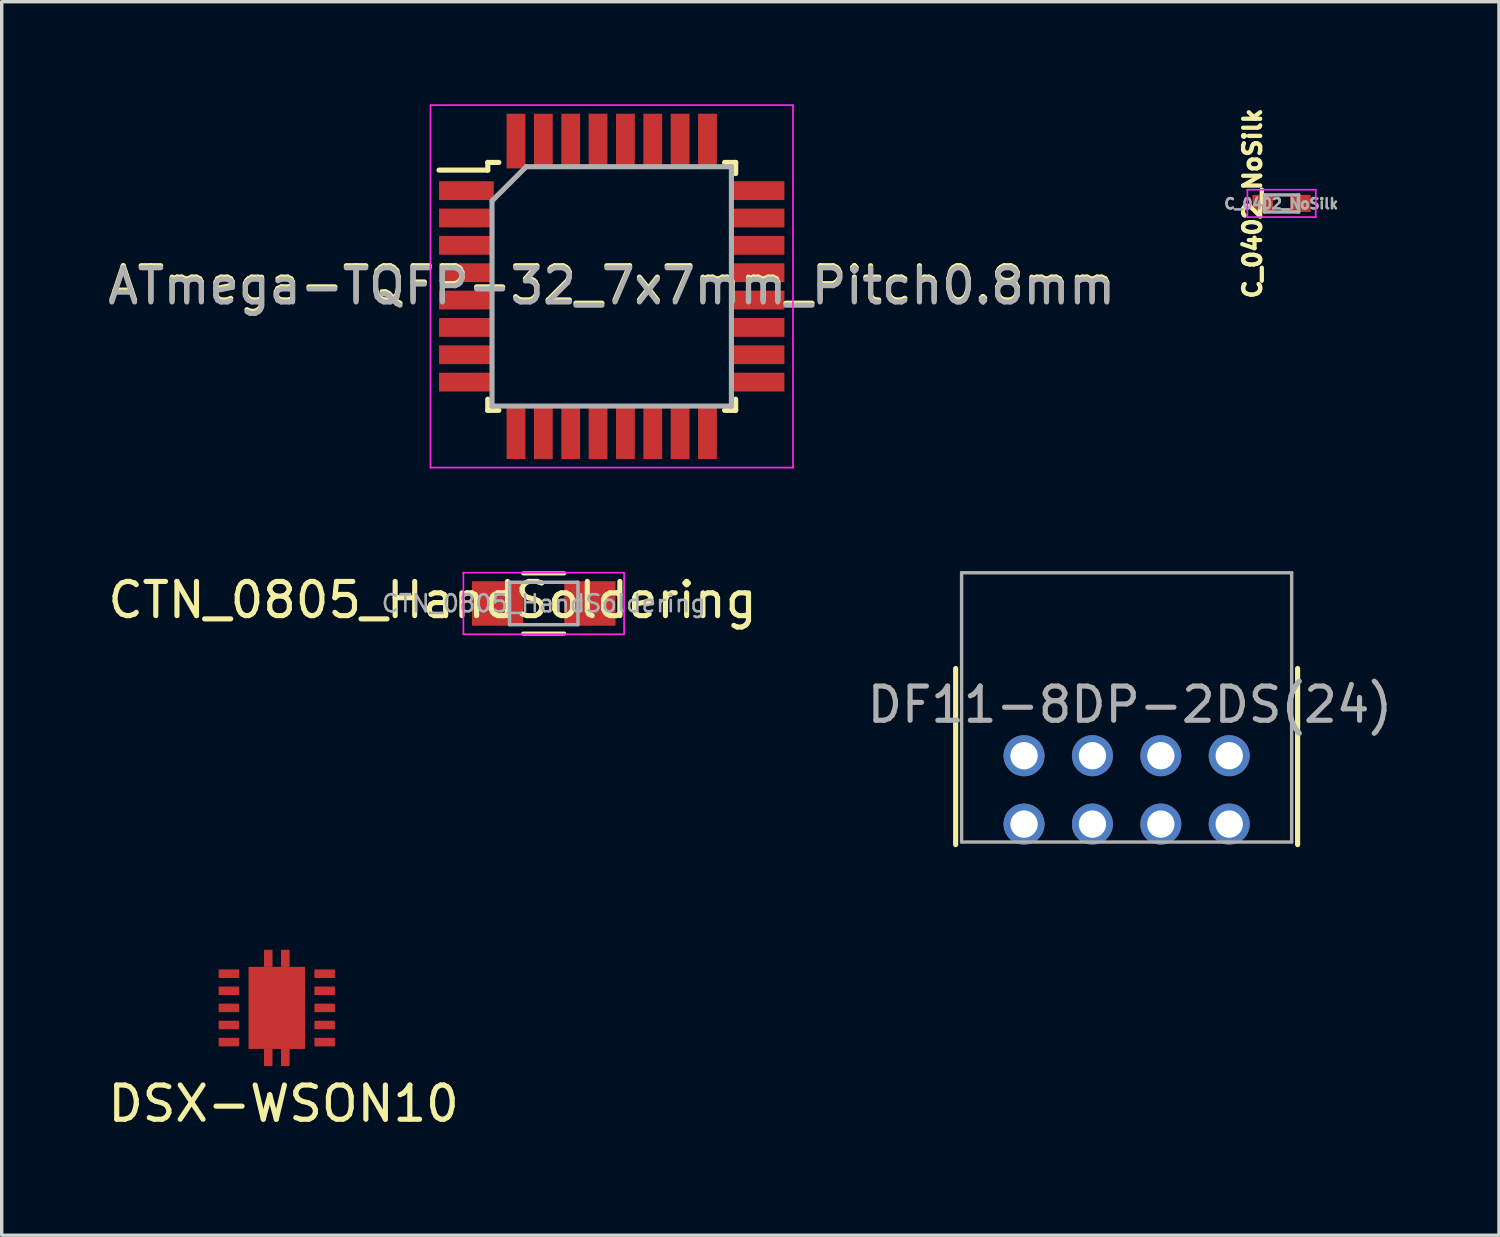
<source format=kicad_pcb>
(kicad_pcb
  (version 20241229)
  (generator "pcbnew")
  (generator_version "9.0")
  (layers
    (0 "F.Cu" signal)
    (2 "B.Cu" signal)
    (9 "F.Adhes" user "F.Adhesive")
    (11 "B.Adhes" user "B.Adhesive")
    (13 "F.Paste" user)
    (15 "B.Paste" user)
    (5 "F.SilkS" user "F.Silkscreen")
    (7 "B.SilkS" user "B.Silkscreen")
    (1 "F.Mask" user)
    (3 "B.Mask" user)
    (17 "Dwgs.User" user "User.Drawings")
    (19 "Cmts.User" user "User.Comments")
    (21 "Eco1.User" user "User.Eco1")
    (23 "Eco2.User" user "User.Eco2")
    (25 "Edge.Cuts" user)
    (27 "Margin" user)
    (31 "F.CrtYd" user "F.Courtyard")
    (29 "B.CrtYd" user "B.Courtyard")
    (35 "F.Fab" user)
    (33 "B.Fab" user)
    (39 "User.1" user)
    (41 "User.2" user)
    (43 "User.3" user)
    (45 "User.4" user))
  (footprint "ATmega-TQFP-32_7x7mm_Pitch0.8mm"
    (layer "F.Cu")
    (at 14.839 5.325)
    (property "Reference" "ATmega-TQFP-32_7x7mm_Pitch0.8mm" (at 0 -0.06 0) (layer "F.SilkS") (effects (font (size 1 1) (thickness 0.15))))
    (attr smd)
    (fp_line (start -3.625 -3.625) (end -3.625 -3.4) (stroke (width 0.15) (type solid)) (layer "F.SilkS"))
    (fp_line (start -3.625 -3.625) (end -3.3 -3.625) (stroke (width 0.15) (type solid)) (layer "F.SilkS"))
    (fp_line (start -3.625 -3.4) (end -5.05 -3.4) (stroke (width 0.15) (type solid)) (layer "F.SilkS"))
    (fp_line (start -3.625 3.625) (end -3.625 3.3) (stroke (width 0.15) (type solid)) (layer "F.SilkS"))
    (fp_line (start -3.625 3.625) (end -3.3 3.625) (stroke (width 0.15) (type solid)) (layer "F.SilkS"))
    (fp_line (start 3.625 -3.625) (end 3.3 -3.625) (stroke (width 0.15) (type solid)) (layer "F.SilkS"))
    (fp_line (start 3.625 -3.625) (end 3.625 -3.3) (stroke (width 0.15) (type solid)) (layer "F.SilkS"))
    (fp_line (start 3.625 3.625) (end 3.3 3.625) (stroke (width 0.15) (type solid)) (layer "F.SilkS"))
    (fp_line (start 3.625 3.625) (end 3.625 3.3) (stroke (width 0.15) (type solid)) (layer "F.SilkS"))
    (fp_line (start -5.3 -5.3) (end -5.3 5.3) (stroke (width 0.05) (type solid)) (layer "F.CrtYd"))
    (fp_line (start -5.3 -5.3) (end 5.3 -5.3) (stroke (width 0.05) (type solid)) (layer "F.CrtYd"))
    (fp_line (start -5.3 5.3) (end 5.3 5.3) (stroke (width 0.05) (type solid)) (layer "F.CrtYd"))
    (fp_line (start 5.3 -5.3) (end 5.3 5.3) (stroke (width 0.05) (type solid)) (layer "F.CrtYd"))
    (fp_line (start -3.5 -2.5) (end -2.5 -3.5) (stroke (width 0.15) (type solid)) (layer "F.Fab"))
    (fp_line (start -3.5 3.5) (end -3.5 -2.5) (stroke (width 0.15) (type solid)) (layer "F.Fab"))
    (fp_line (start -2.5 -3.5) (end 3.5 -3.5) (stroke (width 0.15) (type solid)) (layer "F.Fab"))
    (fp_line (start 3.5 -3.5) (end 3.5 3.5) (stroke (width 0.15) (type solid)) (layer "F.Fab"))
    (fp_line (start 3.5 3.5) (end -3.5 3.5) (stroke (width 0.15) (type solid)) (layer "F.Fab"))
    (fp_text user "${REFERENCE}" (at 0 0 0) (layer "F.Fab") (effects (font (size 1 1) (thickness 0.15))))
    (pad "1" smd rect (at -4.25 -2.8) (size 1.6 0.55) (layers "F.Cu" "F.Mask" "F.Paste"))
    (pad "2" smd rect (at -4.25 -2) (size 1.6 0.55) (layers "F.Cu" "F.Mask" "F.Paste"))
    (pad "3" smd rect (at -4.25 -1.2) (size 1.6 0.55) (layers "F.Cu" "F.Mask" "F.Paste"))
    (pad "4" smd rect (at -4.25 -0.4) (size 1.6 0.55) (layers "F.Cu" "F.Mask" "F.Paste"))
    (pad "5" smd rect (at -4.25 0.4) (size 1.6 0.55) (layers "F.Cu" "F.Mask" "F.Paste"))
    (pad "6" smd rect (at -4.25 1.2) (size 1.6 0.55) (layers "F.Cu" "F.Mask" "F.Paste"))
    (pad "7" smd rect (at -4.25 2) (size 1.6 0.55) (layers "F.Cu" "F.Mask" "F.Paste"))
    (pad "8" smd rect (at -4.25 2.8) (size 1.6 0.55) (layers "F.Cu" "F.Mask" "F.Paste"))
    (pad "9" smd rect (at -2.8 4.25 90) (size 1.6 0.55) (layers "F.Cu" "F.Mask" "F.Paste"))
    (pad "10" smd rect (at -2 4.25 90) (size 1.6 0.55) (layers "F.Cu" "F.Mask" "F.Paste"))
    (pad "11" smd rect (at -1.2 4.25 90) (size 1.6 0.55) (layers "F.Cu" "F.Mask" "F.Paste"))
    (pad "12" smd rect (at -0.4 4.25 90) (size 1.6 0.55) (layers "F.Cu" "F.Mask" "F.Paste"))
    (pad "13" smd rect (at 0.4 4.25 90) (size 1.6 0.55) (layers "F.Cu" "F.Mask" "F.Paste"))
    (pad "14" smd rect (at 1.2 4.25 90) (size 1.6 0.55) (layers "F.Cu" "F.Mask" "F.Paste"))
    (pad "15" smd rect (at 2 4.25 90) (size 1.6 0.55) (layers "F.Cu" "F.Mask" "F.Paste"))
    (pad "16" smd rect (at 2.8 4.25 90) (size 1.6 0.55) (layers "F.Cu" "F.Mask" "F.Paste"))
    (pad "17" smd rect (at 4.25 2.8) (size 1.6 0.55) (layers "F.Cu" "F.Mask" "F.Paste"))
    (pad "18" smd rect (at 4.25 2) (size 1.6 0.55) (layers "F.Cu" "F.Mask" "F.Paste"))
    (pad "19" smd rect (at 4.25 1.2) (size 1.6 0.55) (layers "F.Cu" "F.Mask" "F.Paste"))
    (pad "20" smd rect (at 4.25 0.4) (size 1.6 0.55) (layers "F.Cu" "F.Mask" "F.Paste"))
    (pad "21" smd rect (at 4.25 -0.4) (size 1.6 0.55) (layers "F.Cu" "F.Mask" "F.Paste"))
    (pad "22" smd rect (at 4.25 -1.2) (size 1.6 0.55) (layers "F.Cu" "F.Mask" "F.Paste"))
    (pad "23" smd rect (at 4.25 -2) (size 1.6 0.55) (layers "F.Cu" "F.Mask" "F.Paste"))
    (pad "24" smd rect (at 4.25 -2.8) (size 1.6 0.55) (layers "F.Cu" "F.Mask" "F.Paste"))
    (pad "25" smd rect (at 2.8 -4.25 90) (size 1.6 0.55) (layers "F.Cu" "F.Mask" "F.Paste"))
    (pad "26" smd rect (at 2 -4.25 90) (size 1.6 0.55) (layers "F.Cu" "F.Mask" "F.Paste"))
    (pad "27" smd rect (at 1.2 -4.25 90) (size 1.6 0.55) (layers "F.Cu" "F.Mask" "F.Paste"))
    (pad "28" smd rect (at 0.4 -4.25 90) (size 1.6 0.55) (layers "F.Cu" "F.Mask" "F.Paste"))
    (pad "29" smd rect (at -0.4 -4.25 90) (size 1.6 0.55) (layers "F.Cu" "F.Mask" "F.Paste"))
    (pad "30" smd rect (at -1.2 -4.25 90) (size 1.6 0.55) (layers "F.Cu" "F.Mask" "F.Paste"))
    (pad "31" smd rect (at -2 -4.25 90) (size 1.6 0.55) (layers "F.Cu" "F.Mask" "F.Paste"))
    (pad "32" smd rect (at -2.8 -4.25 90) (size 1.6 0.55) (layers "F.Cu" "F.Mask" "F.Paste")))
  (footprint "DF11-8DP-2DS(24)"
    (layer "F.Cu")
    (at 29.897 20.05)
    (property "Reference" "DF11-8DP-2DS(24)" (at 0.097 -2.492 0) (layer "F.Fab") (effects (font (size 1 1) (thickness 0.15))))
    (attr through_hole)
    (fp_line (start -5 1.6) (end -5 -3.55) (stroke (width 0.15) (type solid)) (layer "F.SilkS"))
    (fp_line (start 5 -3.55) (end 5 1.6) (stroke (width 0.15) (type solid)) (layer "F.SilkS"))
    (fp_line (start -4.826 -6.35) (end -4.826 1.524) (stroke (width 0.1) (type solid)) (layer "F.Fab"))
    (fp_line (start -4.826 1.524) (end 4.826 1.524) (stroke (width 0.1) (type solid)) (layer "F.Fab"))
    (fp_line (start 4.826 -6.35) (end -4.826 -6.35) (stroke (width 0.1) (type solid)) (layer "F.Fab"))
    (fp_line (start 4.826 1.524) (end 4.826 -6.35) (stroke (width 0.1) (type solid)) (layer "F.Fab"))
    (pad "1" thru_hole circle (at 3 1) (size 1.2 1.2) (drill 0.8) (layers "*.Cu" "*.Mask"))
    (pad "2" thru_hole circle (at 3 -1) (size 1.2 1.2) (drill 0.8) (layers "*.Cu" "*.Mask"))
    (pad "3" thru_hole circle (at 1 1) (size 1.2 1.2) (drill 0.8) (layers "*.Cu" "*.Mask"))
    (pad "4" thru_hole circle (at 1 -1) (size 1.2 1.2) (drill 0.8) (layers "*.Cu" "*.Mask"))
    (pad "5" thru_hole circle (at -1 1) (size 1.2 1.2) (drill 0.8) (layers "*.Cu" "*.Mask"))
    (pad "6" thru_hole circle (at -1 -1) (size 1.2 1.2) (drill 0.8) (layers "*.Cu" "*.Mask"))
    (pad "7" thru_hole circle (at -3 1) (size 1.2 1.2) (drill 0.8) (layers "*.Cu" "*.Mask"))
    (pad "8" thru_hole circle (at -3 -1) (size 1.2 1.2) (drill 0.8) (layers "*.Cu" "*.Mask")))
  (footprint "C_0402_NoSilk"
    (layer "F.Cu")
    (at 34.428 2.899)
    (property "Reference" "C_0402_NoSilk" (at -0.85 0 90) (layer "F.SilkS") (effects (font (size 0.5 0.5) (thickness 0.125))))
    (attr smd)
    (fp_line (start -1 -0.4) (end -1 0.4) (stroke (width 0.05) (type solid)) (layer "F.CrtYd"))
    (fp_line (start -1 -0.4) (end 1 -0.4) (stroke (width 0.05) (type solid)) (layer "F.CrtYd"))
    (fp_line (start 1 0.4) (end -1 0.4) (stroke (width 0.05) (type solid)) (layer "F.CrtYd"))
    (fp_line (start 1 0.4) (end 1 -0.4) (stroke (width 0.05) (type solid)) (layer "F.CrtYd"))
    (fp_line (start -0.5 -0.25) (end 0.5 -0.25) (stroke (width 0.1) (type solid)) (layer "F.Fab"))
    (fp_line (start -0.5 0.25) (end -0.5 -0.25) (stroke (width 0.1) (type solid)) (layer "F.Fab"))
    (fp_line (start 0.5 -0.25) (end 0.5 0.25) (stroke (width 0.1) (type solid)) (layer "F.Fab"))
    (fp_line (start 0.5 0.25) (end -0.5 0.25) (stroke (width 0.1) (type solid)) (layer "F.Fab"))
    (fp_text user "${REFERENCE}" (at -0.01 0.01 0) (layer "F.Fab") (effects (font (size 0.3 0.3) (thickness 0.075))))
    (pad "1" smd rect (at -0.55 0) (size 0.6 0.5) (layers "F.Cu" "F.Mask" "F.Paste"))
    (pad "2" smd rect (at 0.55 0) (size 0.6 0.5) (layers "F.Cu" "F.Mask" "F.Paste")))
  (footprint "CTN_0805_HandSoldering"
    (layer "F.Cu")
    (at 12.851 14.598)
    (property "Reference" "CTN_0805_HandSoldering" (at -3.25 -0.1 0) (layer "F.SilkS") (effects (font (size 1 1) (thickness 0.15))))
    (attr smd)
    (fp_line (start -0.6 -0.88) (end 0.6 -0.88) (stroke (width 0.12) (type solid)) (layer "F.SilkS"))
    (fp_line (start 0.6 0.88) (end -0.6 0.88) (stroke (width 0.12) (type solid)) (layer "F.SilkS"))
    (fp_line (start -2.35 -0.9) (end -2.35 0.9) (stroke (width 0.05) (type solid)) (layer "F.CrtYd"))
    (fp_line (start -2.35 -0.9) (end 2.35 -0.9) (stroke (width 0.05) (type solid)) (layer "F.CrtYd"))
    (fp_line (start 2.35 0.9) (end -2.35 0.9) (stroke (width 0.05) (type solid)) (layer "F.CrtYd"))
    (fp_line (start 2.35 0.9) (end 2.35 -0.9) (stroke (width 0.05) (type solid)) (layer "F.CrtYd"))
    (fp_line (start -1 -0.62) (end 1 -0.62) (stroke (width 0.1) (type solid)) (layer "F.Fab"))
    (fp_line (start -1 0.62) (end -1 -0.62) (stroke (width 0.1) (type solid)) (layer "F.Fab"))
    (fp_line (start 1 -0.62) (end 1 0.62) (stroke (width 0.1) (type solid)) (layer "F.Fab"))
    (fp_line (start 1 0.62) (end -1 0.62) (stroke (width 0.1) (type solid)) (layer "F.Fab"))
    (fp_text user "${REFERENCE}" (at 0 0 0) (layer "F.Fab") (effects (font (size 0.5 0.5) (thickness 0.075))))
    (pad "1" smd rect (at -1.35 0) (size 1.5 1.3) (layers "F.Cu" "F.Mask" "F.Paste"))
    (pad "2" smd rect (at 1.35 0) (size 1.5 1.3) (layers "F.Cu" "F.Mask" "F.Paste")))
  (footprint "DSX-WSON10"
    (layer "F.Cu")
    (at 5.044 26.425)
    (property "Reference" "DSX-WSON10" (at 0.2 2.8 0) (layer "F.SilkS") (effects (font (size 1 1) (thickness 0.15))))
    (attr smd)
    (pad "0" smd rect (at -0.25 -1.45) (size 0.25 0.5) (layers "F.Cu" "F.Mask" "F.Paste"))
    (pad "0" smd rect (at -0.25 1.45) (size 0.25 0.5) (layers "F.Cu" "F.Mask" "F.Paste"))
    (pad "0" smd rect (at 0 0) (size 1.65 2.4) (layers "F.Cu" "F.Mask" "F.Paste"))
    (pad "0" smd rect (at 0.25 -1.45) (size 0.25 0.5) (layers "F.Cu" "F.Mask" "F.Paste"))
    (pad "0" smd rect (at 0.25 1.45) (size 0.25 0.5) (layers "F.Cu" "F.Mask" "F.Paste"))
    (pad "1" smd rect (at -1.4 -1) (size 0.6 0.25) (layers "F.Cu" "F.Mask" "F.Paste"))
    (pad "2" smd rect (at -1.4 -0.5) (size 0.6 0.25) (layers "F.Cu" "F.Mask" "F.Paste"))
    (pad "3" smd rect (at -1.4 0) (size 0.6 0.25) (layers "F.Cu" "F.Mask" "F.Paste"))
    (pad "4" smd rect (at -1.4 0.5) (size 0.6 0.25) (layers "F.Cu" "F.Mask" "F.Paste"))
    (pad "5" smd rect (at -1.4 1) (size 0.6 0.25) (layers "F.Cu" "F.Mask" "F.Paste"))
    (pad "6" smd rect (at 1.4 1) (size 0.6 0.25) (layers "F.Cu" "F.Mask" "F.Paste"))
    (pad "7" smd rect (at 1.4 0.5) (size 0.6 0.25) (layers "F.Cu" "F.Mask" "F.Paste"))
    (pad "8" smd rect (at 1.4 0) (size 0.6 0.25) (layers "F.Cu" "F.Mask" "F.Paste"))
    (pad "9" smd rect (at 1.4 -0.5) (size 0.6 0.25) (layers "F.Cu" "F.Mask" "F.Paste"))
    (pad "10" smd rect (at 1.4 -1) (size 0.6 0.25) (layers "F.Cu" "F.Mask" "F.Paste")))
  (gr_rect
    (start -3 -3)
    (end 40.786 33.073)
    (stroke (width 0.1) (type default))
    (fill no)
    (layer "Edge.Cuts")))
</source>
